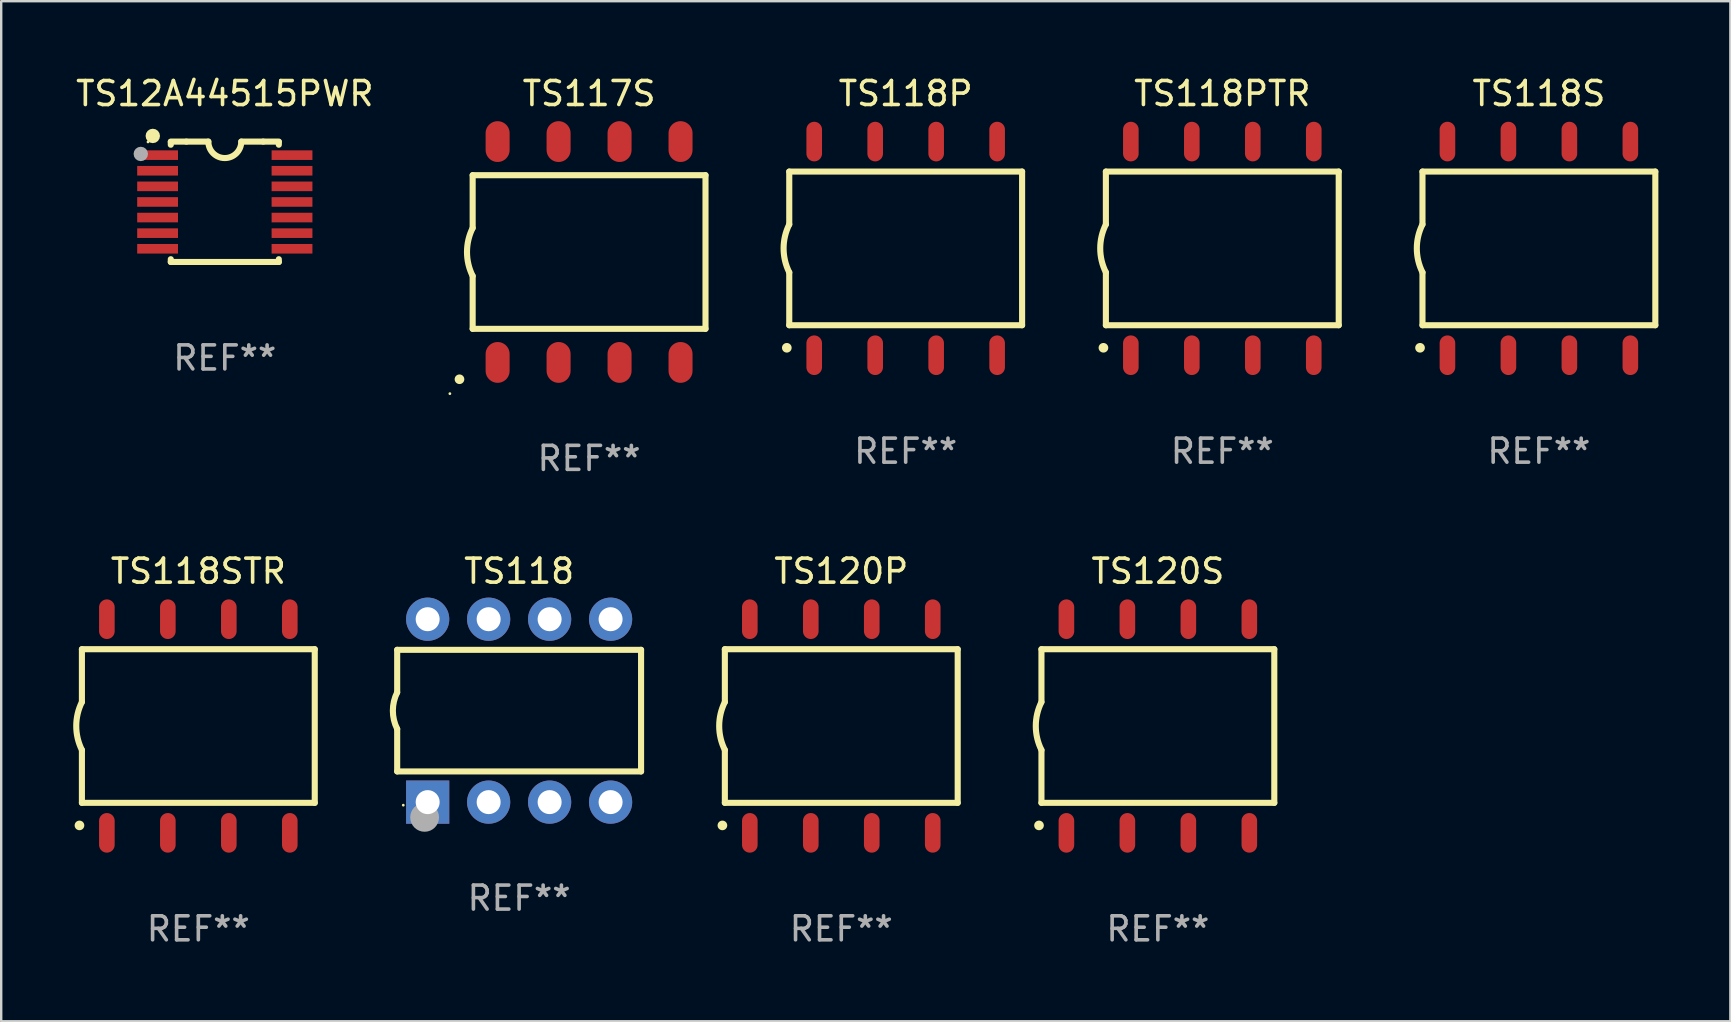
<source format=kicad_pcb>
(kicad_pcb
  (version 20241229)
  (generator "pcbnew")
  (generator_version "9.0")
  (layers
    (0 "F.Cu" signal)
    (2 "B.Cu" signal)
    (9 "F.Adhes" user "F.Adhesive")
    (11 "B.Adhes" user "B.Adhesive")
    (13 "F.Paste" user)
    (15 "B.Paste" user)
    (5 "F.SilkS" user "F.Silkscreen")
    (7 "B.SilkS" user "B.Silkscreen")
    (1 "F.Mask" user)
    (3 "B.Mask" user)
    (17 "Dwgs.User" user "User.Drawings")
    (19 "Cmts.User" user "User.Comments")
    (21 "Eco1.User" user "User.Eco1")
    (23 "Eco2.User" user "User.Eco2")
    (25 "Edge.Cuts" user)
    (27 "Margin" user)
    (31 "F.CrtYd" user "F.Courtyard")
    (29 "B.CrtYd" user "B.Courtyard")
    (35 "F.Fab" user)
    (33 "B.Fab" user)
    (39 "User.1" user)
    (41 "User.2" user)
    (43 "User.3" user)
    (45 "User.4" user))
  (footprint "TS120S"
    (layer "F.Cu")
    (at 45.185 27.195)
    (property "Reference" "TS120S" (at 0 -6.45 0) (layer "F.SilkS") (effects (font (size 1 1) (thickness 0.15))))
    (attr through_hole)
    (fp_line (start -4.85 -3.2) (end -4.85 -1) (stroke (width 0.254) (type solid)) (layer "F.SilkS"))
    (fp_line (start -4.85 -3.2) (end 4.85 -3.2) (stroke (width 0.254) (type solid)) (layer "F.SilkS"))
    (fp_line (start -4.85 3.2) (end -4.85 1) (stroke (width 0.254) (type solid)) (layer "F.SilkS"))
    (fp_line (start 4.85 -3.2) (end 4.85 3.2) (stroke (width 0.254) (type solid)) (layer "F.SilkS"))
    (fp_line (start 4.85 3.2) (end -4.85 3.2) (stroke (width 0.254) (type solid)) (layer "F.SilkS"))
    (fp_arc (start -4.95301 4.140208) (mid -4.95174 4.140204) (end -4.95047 4.140208) (stroke (width 0.4) (type solid)) (layer "F.SilkS"))
    (fp_arc (start -4.84887 1.000762) (mid -5.085418 0.000516) (end -4.850013 -1) (stroke (width 0.254001) (type solid)) (layer "F.SilkS"))
    (fp_text user "REF**" (at 0 8.45 0) (layer "F.Fab") (effects (font (size 1 1) (thickness 0.15))))
    (pad "1" smd oval (at -3.81 4.45) (size 0.65 1.65) (layers "F.Cu" "F.Mask" "F.Paste"))
    (pad "2" smd oval (at -1.27 4.45) (size 0.65 1.65) (layers "F.Cu" "F.Mask" "F.Paste"))
    (pad "3" smd oval (at 1.27 4.45) (size 0.65 1.65) (layers "F.Cu" "F.Mask" "F.Paste"))
    (pad "4" smd oval (at 3.81 4.45) (size 0.65 1.65) (layers "F.Cu" "F.Mask" "F.Paste"))
    (pad "5" smd oval (at 3.81 -4.45 180) (size 0.65 1.65) (layers "F.Cu" "F.Mask" "F.Paste"))
    (pad "6" smd oval (at 1.27 -4.45 180) (size 0.65 1.65) (layers "F.Cu" "F.Mask" "F.Paste"))
    (pad "7" smd oval (at -1.27 -4.45 180) (size 0.65 1.65) (layers "F.Cu" "F.Mask" "F.Paste"))
    (pad "8" smd oval (at -3.81 -4.45 180) (size 0.65 1.65) (layers "F.Cu" "F.Mask" "F.Paste")))
  (footprint "TS120P"
    (layer "F.Cu")
    (at 31.996 27.195)
    (property "Reference" "TS120P" (at 0 -6.45 0) (layer "F.SilkS") (effects (font (size 1 1) (thickness 0.15))))
    (attr through_hole)
    (fp_line (start -4.85 -3.2) (end -4.85 -1) (stroke (width 0.254) (type solid)) (layer "F.SilkS"))
    (fp_line (start -4.85 -3.2) (end 4.85 -3.2) (stroke (width 0.254) (type solid)) (layer "F.SilkS"))
    (fp_line (start -4.85 3.2) (end -4.85 1) (stroke (width 0.254) (type solid)) (layer "F.SilkS"))
    (fp_line (start 4.85 -3.2) (end 4.85 3.2) (stroke (width 0.254) (type solid)) (layer "F.SilkS"))
    (fp_line (start 4.85 3.2) (end -4.85 3.2) (stroke (width 0.254) (type solid)) (layer "F.SilkS"))
    (fp_arc (start -4.95301 4.140208) (mid -4.95174 4.140204) (end -4.95047 4.140208) (stroke (width 0.4) (type solid)) (layer "F.SilkS"))
    (fp_arc (start -4.84887 1.000762) (mid -5.085418 0.000516) (end -4.850013 -1) (stroke (width 0.254001) (type solid)) (layer "F.SilkS"))
    (fp_text user "REF**" (at 0 8.45 0) (layer "F.Fab") (effects (font (size 1 1) (thickness 0.15))))
    (pad "1" smd oval (at -3.81 4.45) (size 0.65 1.65) (layers "F.Cu" "F.Mask" "F.Paste"))
    (pad "2" smd oval (at -1.27 4.45) (size 0.65 1.65) (layers "F.Cu" "F.Mask" "F.Paste"))
    (pad "3" smd oval (at 1.27 4.45) (size 0.65 1.65) (layers "F.Cu" "F.Mask" "F.Paste"))
    (pad "4" smd oval (at 3.81 4.45) (size 0.65 1.65) (layers "F.Cu" "F.Mask" "F.Paste"))
    (pad "5" smd oval (at 3.81 -4.45 180) (size 0.65 1.65) (layers "F.Cu" "F.Mask" "F.Paste"))
    (pad "6" smd oval (at 1.27 -4.45 180) (size 0.65 1.65) (layers "F.Cu" "F.Mask" "F.Paste"))
    (pad "7" smd oval (at -1.27 -4.45 180) (size 0.65 1.65) (layers "F.Cu" "F.Mask" "F.Paste"))
    (pad "8" smd oval (at -3.81 -4.45 180) (size 0.65 1.65) (layers "F.Cu" "F.Mask" "F.Paste")))
  (footprint "TS118P"
    (layer "F.Cu")
    (at 34.679 7.298)
    (property "Reference" "TS118P" (at 0 -6.45 0) (layer "F.SilkS") (effects (font (size 1 1) (thickness 0.15))))
    (attr through_hole)
    (fp_line (start -4.85 -3.2) (end -4.85 -1) (stroke (width 0.254) (type solid)) (layer "F.SilkS"))
    (fp_line (start -4.85 -3.2) (end 4.85 -3.2) (stroke (width 0.254) (type solid)) (layer "F.SilkS"))
    (fp_line (start -4.85 3.2) (end -4.85 1) (stroke (width 0.254) (type solid)) (layer "F.SilkS"))
    (fp_line (start 4.85 -3.2) (end 4.85 3.2) (stroke (width 0.254) (type solid)) (layer "F.SilkS"))
    (fp_line (start 4.85 3.2) (end -4.85 3.2) (stroke (width 0.254) (type solid)) (layer "F.SilkS"))
    (fp_arc (start -4.95301 4.140208) (mid -4.95174 4.140204) (end -4.95047 4.140208) (stroke (width 0.4) (type solid)) (layer "F.SilkS"))
    (fp_arc (start -4.84887 1.000762) (mid -5.085418 0.000516) (end -4.850013 -1) (stroke (width 0.254001) (type solid)) (layer "F.SilkS"))
    (fp_text user "REF**" (at 0 8.45 0) (layer "F.Fab") (effects (font (size 1 1) (thickness 0.15))))
    (pad "1" smd oval (at -3.81 4.45) (size 0.65 1.65) (layers "F.Cu" "F.Mask" "F.Paste"))
    (pad "2" smd oval (at -1.27 4.45) (size 0.65 1.65) (layers "F.Cu" "F.Mask" "F.Paste"))
    (pad "3" smd oval (at 1.27 4.45) (size 0.65 1.65) (layers "F.Cu" "F.Mask" "F.Paste"))
    (pad "4" smd oval (at 3.81 4.45) (size 0.65 1.65) (layers "F.Cu" "F.Mask" "F.Paste"))
    (pad "5" smd oval (at 3.81 -4.45 180) (size 0.65 1.65) (layers "F.Cu" "F.Mask" "F.Paste"))
    (pad "6" smd oval (at 1.27 -4.45 180) (size 0.65 1.65) (layers "F.Cu" "F.Mask" "F.Paste"))
    (pad "7" smd oval (at -1.27 -4.45 180) (size 0.65 1.65) (layers "F.Cu" "F.Mask" "F.Paste"))
    (pad "8" smd oval (at -3.81 -4.45 180) (size 0.65 1.65) (layers "F.Cu" "F.Mask" "F.Paste")))
  (footprint "TS117S"
    (layer "F.Cu")
    (at 21.49 7.448)
    (property "Reference" "TS117S" (at 0 -6.6 0) (layer "F.SilkS") (effects (font (size 1 1) (thickness 0.15))))
    (attr through_hole)
    (fp_line (start -4.85 -3.2) (end -4.85 -1) (stroke (width 0.254) (type solid)) (layer "F.SilkS"))
    (fp_line (start -4.85 -3.2) (end 4.85 -3.2) (stroke (width 0.254) (type solid)) (layer "F.SilkS"))
    (fp_line (start -4.85 3.2) (end -4.85 1) (stroke (width 0.254) (type solid)) (layer "F.SilkS"))
    (fp_line (start 4.85 -3.2) (end 4.85 3.2) (stroke (width 0.254) (type solid)) (layer "F.SilkS"))
    (fp_line (start 4.85 3.2) (end -4.85 3.2) (stroke (width 0.254) (type solid)) (layer "F.SilkS"))
    (fp_arc (start -5.400051 5.300991) (mid -5.398781 5.300987) (end -5.397511 5.300991) (stroke (width 0.4) (type solid)) (layer "F.SilkS"))
    (fp_arc (start -4.84887 1.000762) (mid -5.085418 0.000516) (end -4.850013 -1) (stroke (width 0.254001) (type solid)) (layer "F.SilkS"))
    (fp_circle (center -5.799 5.901) (end -5.769 5.901) (stroke (width 0.06) (type solid)) (fill no) (layer "F.SilkS"))
    (fp_text user "REF**" (at 0 8.6 0) (layer "F.Fab") (effects (font (size 1 1) (thickness 0.15))))
    (pad "1" smd oval (at -3.81 4.6) (size 1 1.7) (layers "F.Cu" "F.Mask" "F.Paste"))
    (pad "2" smd oval (at -1.27 4.6) (size 1 1.7) (layers "F.Cu" "F.Mask" "F.Paste"))
    (pad "3" smd oval (at 1.27 4.6) (size 1 1.7) (layers "F.Cu" "F.Mask" "F.Paste"))
    (pad "4" smd oval (at 3.81 4.6) (size 1 1.7) (layers "F.Cu" "F.Mask" "F.Paste"))
    (pad "5" smd oval (at 3.81 -4.6 180) (size 1 1.7) (layers "F.Cu" "F.Mask" "F.Paste"))
    (pad "6" smd oval (at 1.27 -4.6 180) (size 1 1.7) (layers "F.Cu" "F.Mask" "F.Paste"))
    (pad "7" smd oval (at -1.27 -4.6 180) (size 1 1.7) (layers "F.Cu" "F.Mask" "F.Paste"))
    (pad "8" smd oval (at -3.81 -4.6 180) (size 1 1.7) (layers "F.Cu" "F.Mask" "F.Paste")))
  (footprint "TS12A44515PWR"
    (layer "F.Cu")
    (at 6.315 5.356)
    (property "Reference" "TS12A44515PWR" (at 0 -4.507 0) (layer "F.SilkS") (effects (font (size 1 1) (thickness 0.15))))
    (attr through_hole)
    (fp_line (start -2.25 -2.377) (end -2.25 -2.493) (stroke (width 0.254) (type solid)) (layer "F.SilkS"))
    (fp_line (start -2.25 2.507) (end -2.25 2.392) (stroke (width 0.254) (type solid)) (layer "F.SilkS"))
    (fp_line (start -1.6 -2.507) (end -2.25 -2.507) (stroke (width 0.254) (type solid)) (layer "F.SilkS"))
    (fp_line (start -1.6 -2.507) (end -0.686 -2.507) (stroke (width 0.254) (type solid)) (layer "F.SilkS"))
    (fp_line (start 0.686 -2.507) (end 1.6 -2.507) (stroke (width 0.254) (type solid)) (layer "F.SilkS"))
    (fp_line (start 1.6 -2.507) (end 2.25 -2.507) (stroke (width 0.254) (type solid)) (layer "F.SilkS"))
    (fp_line (start 2.25 -2.493) (end 2.25 -2.377) (stroke (width 0.254) (type solid)) (layer "F.SilkS"))
    (fp_line (start 2.25 2.392) (end 2.25 2.507) (stroke (width 0.254) (type solid)) (layer "F.SilkS"))
    (fp_line (start 2.25 2.507) (end -2.25 2.507) (stroke (width 0.254) (type solid)) (layer "F.SilkS"))
    (fp_arc (start 0.685852 -2.507303) (mid 0.000051 -1.821502) (end -0.68575 -2.507303) (stroke (width 0.254001) (type solid)) (layer "F.SilkS"))
    (fp_circle (center -3.2 -2.493) (end -3.17 -2.493) (stroke (width 0.06) (type solid)) (fill no) (layer "F.SilkS"))
    (fp_circle (center -3 -2.743) (end -2.85 -2.743) (stroke (width 0.3) (type solid)) (fill no) (layer "F.SilkS"))
    (fp_circle (center -3.5 -1.993) (end -3.35 -1.993) (stroke (width 0.3) (type solid)) (fill no) (layer "F.Fab"))
    (fp_text user "REF**" (at 0 6.507 0) (layer "F.Fab") (effects (font (size 1 1) (thickness 0.15))))
    (pad "1" smd rect (at -2.8 -1.943) (size 1.7 0.4) (layers "F.Cu" "F.Mask" "F.Paste"))
    (pad "2" smd rect (at -2.8 -1.293) (size 1.7 0.4) (layers "F.Cu" "F.Mask" "F.Paste"))
    (pad "3" smd rect (at -2.8 -0.643) (size 1.7 0.4) (layers "F.Cu" "F.Mask" "F.Paste"))
    (pad "4" smd rect (at -2.8 0.007) (size 1.7 0.4) (layers "F.Cu" "F.Mask" "F.Paste"))
    (pad "5" smd rect (at -2.8 0.657) (size 1.7 0.4) (layers "F.Cu" "F.Mask" "F.Paste"))
    (pad "6" smd rect (at -2.8 1.307) (size 1.7 0.4) (layers "F.Cu" "F.Mask" "F.Paste"))
    (pad "7" smd rect (at -2.8 1.957) (size 1.7 0.4) (layers "F.Cu" "F.Mask" "F.Paste"))
    (pad "8" smd rect (at 2.8 1.957) (size 1.7 0.4) (layers "F.Cu" "F.Mask" "F.Paste"))
    (pad "9" smd rect (at 2.8 1.307) (size 1.7 0.4) (layers "F.Cu" "F.Mask" "F.Paste"))
    (pad "10" smd rect (at 2.8 0.657) (size 1.7 0.4) (layers "F.Cu" "F.Mask" "F.Paste"))
    (pad "11" smd rect (at 2.8 0.007) (size 1.7 0.4) (layers "F.Cu" "F.Mask" "F.Paste"))
    (pad "12" smd rect (at 2.8 -0.643) (size 1.7 0.4) (layers "F.Cu" "F.Mask" "F.Paste"))
    (pad "13" smd rect (at 2.8 -1.293) (size 1.7 0.4) (layers "F.Cu" "F.Mask" "F.Paste"))
    (pad "14" smd rect (at 2.8 -1.943) (size 1.7 0.4) (layers "F.Cu" "F.Mask" "F.Paste")))
  (footprint "TS118S"
    (layer "F.Cu")
    (at 61.058 7.298)
    (property "Reference" "TS118S" (at 0 -6.45 0) (layer "F.SilkS") (effects (font (size 1 1) (thickness 0.15))))
    (attr through_hole)
    (fp_line (start -4.85 -3.2) (end -4.85 -1) (stroke (width 0.254) (type solid)) (layer "F.SilkS"))
    (fp_line (start -4.85 -3.2) (end 4.85 -3.2) (stroke (width 0.254) (type solid)) (layer "F.SilkS"))
    (fp_line (start -4.85 3.2) (end -4.85 1) (stroke (width 0.254) (type solid)) (layer "F.SilkS"))
    (fp_line (start 4.85 -3.2) (end 4.85 3.2) (stroke (width 0.254) (type solid)) (layer "F.SilkS"))
    (fp_line (start 4.85 3.2) (end -4.85 3.2) (stroke (width 0.254) (type solid)) (layer "F.SilkS"))
    (fp_arc (start -4.95301 4.140208) (mid -4.95174 4.140204) (end -4.95047 4.140208) (stroke (width 0.4) (type solid)) (layer "F.SilkS"))
    (fp_arc (start -4.84887 1.000762) (mid -5.085418 0.000516) (end -4.850013 -1) (stroke (width 0.254001) (type solid)) (layer "F.SilkS"))
    (fp_text user "REF**" (at 0 8.45 0) (layer "F.Fab") (effects (font (size 1 1) (thickness 0.15))))
    (pad "1" smd oval (at -3.81 4.45) (size 0.65 1.65) (layers "F.Cu" "F.Mask" "F.Paste"))
    (pad "2" smd oval (at -1.27 4.45) (size 0.65 1.65) (layers "F.Cu" "F.Mask" "F.Paste"))
    (pad "3" smd oval (at 1.27 4.45) (size 0.65 1.65) (layers "F.Cu" "F.Mask" "F.Paste"))
    (pad "4" smd oval (at 3.81 4.45) (size 0.65 1.65) (layers "F.Cu" "F.Mask" "F.Paste"))
    (pad "5" smd oval (at 3.81 -4.45 180) (size 0.65 1.65) (layers "F.Cu" "F.Mask" "F.Paste"))
    (pad "6" smd oval (at 1.27 -4.45 180) (size 0.65 1.65) (layers "F.Cu" "F.Mask" "F.Paste"))
    (pad "7" smd oval (at -1.27 -4.45 180) (size 0.65 1.65) (layers "F.Cu" "F.Mask" "F.Paste"))
    (pad "8" smd oval (at -3.81 -4.45 180) (size 0.65 1.65) (layers "F.Cu" "F.Mask" "F.Paste")))
  (footprint "TS118STR"
    (layer "F.Cu")
    (at 5.212 27.195)
    (property "Reference" "TS118STR" (at 0 -6.45 0) (layer "F.SilkS") (effects (font (size 1 1) (thickness 0.15))))
    (attr through_hole)
    (fp_line (start -4.85 -3.2) (end -4.85 -1) (stroke (width 0.254) (type solid)) (layer "F.SilkS"))
    (fp_line (start -4.85 -3.2) (end 4.85 -3.2) (stroke (width 0.254) (type solid)) (layer "F.SilkS"))
    (fp_line (start -4.85 3.2) (end -4.85 1) (stroke (width 0.254) (type solid)) (layer "F.SilkS"))
    (fp_line (start 4.85 -3.2) (end 4.85 3.2) (stroke (width 0.254) (type solid)) (layer "F.SilkS"))
    (fp_line (start 4.85 3.2) (end -4.85 3.2) (stroke (width 0.254) (type solid)) (layer "F.SilkS"))
    (fp_arc (start -4.95301 4.140208) (mid -4.95174 4.140204) (end -4.95047 4.140208) (stroke (width 0.4) (type solid)) (layer "F.SilkS"))
    (fp_arc (start -4.84887 1.000762) (mid -5.085418 0.000516) (end -4.850013 -1) (stroke (width 0.254001) (type solid)) (layer "F.SilkS"))
    (fp_text user "REF**" (at 0 8.45 0) (layer "F.Fab") (effects (font (size 1 1) (thickness 0.15))))
    (pad "1" smd oval (at -3.81 4.45) (size 0.65 1.65) (layers "F.Cu" "F.Mask" "F.Paste"))
    (pad "2" smd oval (at -1.27 4.45) (size 0.65 1.65) (layers "F.Cu" "F.Mask" "F.Paste"))
    (pad "3" smd oval (at 1.27 4.45) (size 0.65 1.65) (layers "F.Cu" "F.Mask" "F.Paste"))
    (pad "4" smd oval (at 3.81 4.45) (size 0.65 1.65) (layers "F.Cu" "F.Mask" "F.Paste"))
    (pad "5" smd oval (at 3.81 -4.45 180) (size 0.65 1.65) (layers "F.Cu" "F.Mask" "F.Paste"))
    (pad "6" smd oval (at 1.27 -4.45 180) (size 0.65 1.65) (layers "F.Cu" "F.Mask" "F.Paste"))
    (pad "7" smd oval (at -1.27 -4.45 180) (size 0.65 1.65) (layers "F.Cu" "F.Mask" "F.Paste"))
    (pad "8" smd oval (at -3.81 -4.45 180) (size 0.65 1.65) (layers "F.Cu" "F.Mask" "F.Paste")))
  (footprint "TS118"
    (layer "F.Cu")
    (at 18.576 26.555)
    (property "Reference" "TS118" (at 0 -5.81 0) (layer "F.SilkS") (effects (font (size 1 1) (thickness 0.15))))
    (attr through_hole)
    (fp_line (start -5.08 -2.534) (end 5.08 -2.534) (stroke (width 0.254) (type solid)) (layer "F.SilkS"))
    (fp_line (start -5.08 -0.762) (end -5.08 -2.534) (stroke (width 0.254) (type solid)) (layer "F.SilkS"))
    (fp_line (start -5.08 2.531) (end -5.08 0.762) (stroke (width 0.254) (type solid)) (layer "F.SilkS"))
    (fp_line (start -5.08 2.531) (end 5.08 2.531) (stroke (width 0.254) (type solid)) (layer "F.SilkS"))
    (fp_line (start 5.08 2.531) (end 5.08 -2.534) (stroke (width 0.254) (type solid)) (layer "F.SilkS"))
    (fp_arc (start -5.08001 0.762001) (mid -5.259894 0) (end -5.08001 -0.762002) (stroke (width 0.254001) (type solid)) (layer "F.SilkS"))
    (fp_circle (center -4.826 3.937) (end -4.796 3.937) (stroke (width 0.06) (type solid)) (fill no) (layer "F.SilkS"))
    (fp_circle (center -3.937 4.445) (end -3.637 4.445) (stroke (width 0.6) (type solid)) (fill no) (layer "F.Fab"))
    (fp_text user "REF**" (at 0 7.81 0) (layer "F.Fab") (effects (font (size 1 1) (thickness 0.15))))
    (pad "1" thru_hole rect (at -3.81 3.81) (size 1.8 1.8) (drill 1) (layers "*.Cu" "*.Mask"))
    (pad "2" thru_hole circle (at -1.27 3.81) (size 1.8 1.8) (drill 1) (layers "*.Cu" "*.Mask"))
    (pad "3" thru_hole circle (at 1.27 3.81) (size 1.8 1.8) (drill 1) (layers "*.Cu" "*.Mask"))
    (pad "4" thru_hole circle (at 3.81 3.81) (size 1.8 1.8) (drill 1) (layers "*.Cu" "*.Mask"))
    (pad "5" thru_hole circle (at 3.81 -3.81) (size 1.8 1.8) (drill 1) (layers "*.Cu" "*.Mask"))
    (pad "6" thru_hole circle (at 1.27 -3.81) (size 1.8 1.8) (drill 1) (layers "*.Cu" "*.Mask"))
    (pad "7" thru_hole circle (at -1.27 -3.81) (size 1.8 1.8) (drill 1) (layers "*.Cu" "*.Mask"))
    (pad "8" thru_hole circle (at -3.81 -3.81) (size 1.8 1.8) (drill 1) (layers "*.Cu" "*.Mask")))
  (footprint "TS118PTR"
    (layer "F.Cu")
    (at 47.869 7.298)
    (property "Reference" "TS118PTR" (at 0 -6.45 0) (layer "F.SilkS") (effects (font (size 1 1) (thickness 0.15))))
    (attr through_hole)
    (fp_line (start -4.85 -3.2) (end -4.85 -1) (stroke (width 0.254) (type solid)) (layer "F.SilkS"))
    (fp_line (start -4.85 -3.2) (end 4.85 -3.2) (stroke (width 0.254) (type solid)) (layer "F.SilkS"))
    (fp_line (start -4.85 3.2) (end -4.85 1) (stroke (width 0.254) (type solid)) (layer "F.SilkS"))
    (fp_line (start 4.85 -3.2) (end 4.85 3.2) (stroke (width 0.254) (type solid)) (layer "F.SilkS"))
    (fp_line (start 4.85 3.2) (end -4.85 3.2) (stroke (width 0.254) (type solid)) (layer "F.SilkS"))
    (fp_arc (start -4.95301 4.140208) (mid -4.95174 4.140204) (end -4.95047 4.140208) (stroke (width 0.4) (type solid)) (layer "F.SilkS"))
    (fp_arc (start -4.84887 1.000762) (mid -5.085418 0.000516) (end -4.850013 -1) (stroke (width 0.254001) (type solid)) (layer "F.SilkS"))
    (fp_text user "REF**" (at 0 8.45 0) (layer "F.Fab") (effects (font (size 1 1) (thickness 0.15))))
    (pad "1" smd oval (at -3.81 4.45) (size 0.65 1.65) (layers "F.Cu" "F.Mask" "F.Paste"))
    (pad "2" smd oval (at -1.27 4.45) (size 0.65 1.65) (layers "F.Cu" "F.Mask" "F.Paste"))
    (pad "3" smd oval (at 1.27 4.45) (size 0.65 1.65) (layers "F.Cu" "F.Mask" "F.Paste"))
    (pad "4" smd oval (at 3.81 4.45) (size 0.65 1.65) (layers "F.Cu" "F.Mask" "F.Paste"))
    (pad "5" smd oval (at 3.81 -4.45 180) (size 0.65 1.65) (layers "F.Cu" "F.Mask" "F.Paste"))
    (pad "6" smd oval (at 1.27 -4.45 180) (size 0.65 1.65) (layers "F.Cu" "F.Mask" "F.Paste"))
    (pad "7" smd oval (at -1.27 -4.45 180) (size 0.65 1.65) (layers "F.Cu" "F.Mask" "F.Paste"))
    (pad "8" smd oval (at -3.81 -4.45 180) (size 0.65 1.65) (layers "F.Cu" "F.Mask" "F.Paste")))
  (gr_rect
    (start -3 -3)
    (end 69.035 39.493)
    (stroke (width 0.1) (type default))
    (fill no)
    (layer "Edge.Cuts")))
</source>
